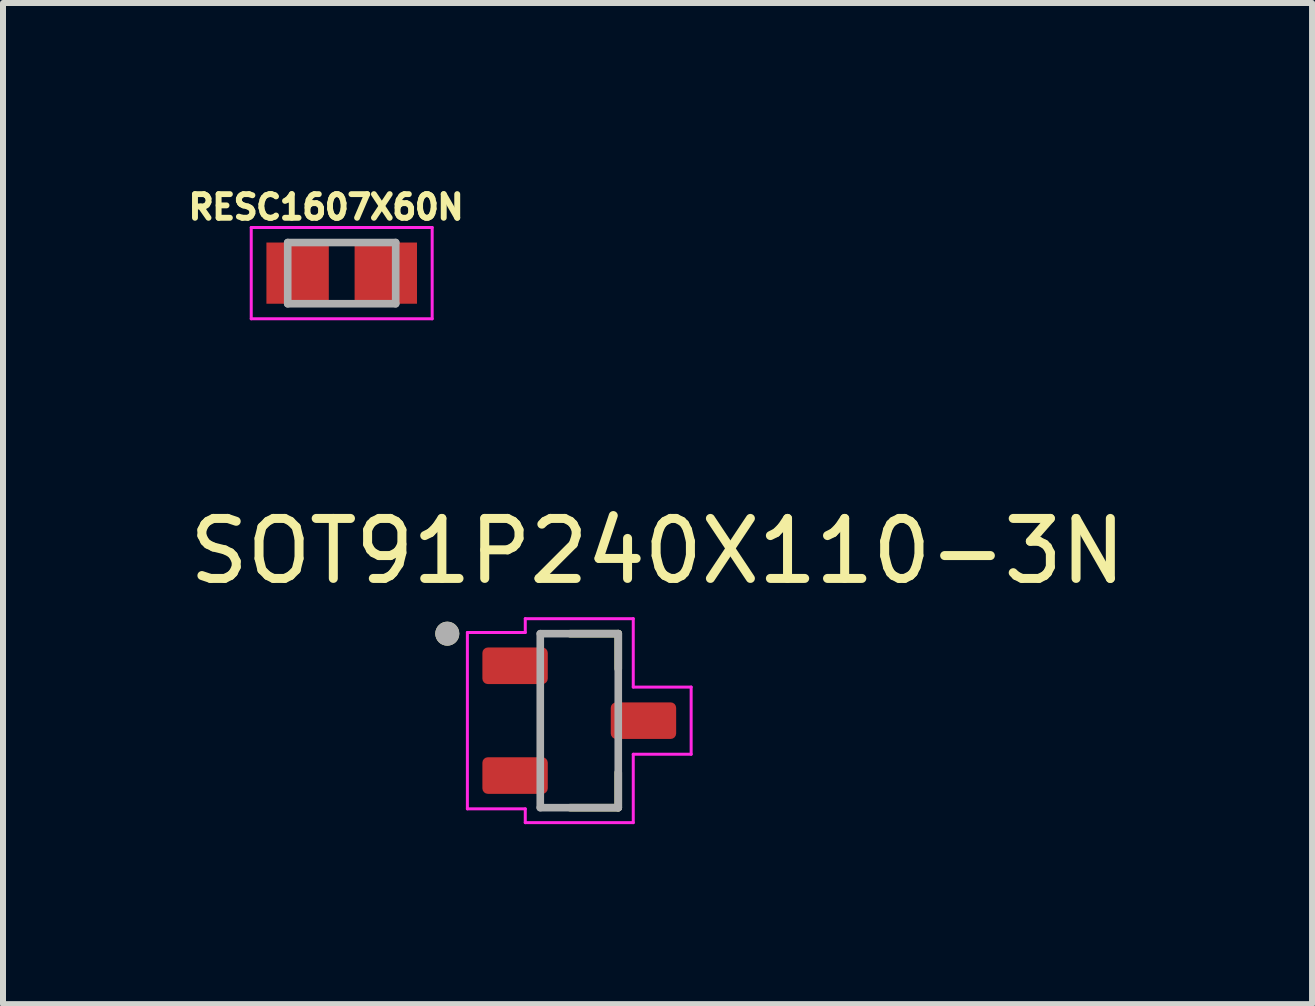
<source format=kicad_pcb>
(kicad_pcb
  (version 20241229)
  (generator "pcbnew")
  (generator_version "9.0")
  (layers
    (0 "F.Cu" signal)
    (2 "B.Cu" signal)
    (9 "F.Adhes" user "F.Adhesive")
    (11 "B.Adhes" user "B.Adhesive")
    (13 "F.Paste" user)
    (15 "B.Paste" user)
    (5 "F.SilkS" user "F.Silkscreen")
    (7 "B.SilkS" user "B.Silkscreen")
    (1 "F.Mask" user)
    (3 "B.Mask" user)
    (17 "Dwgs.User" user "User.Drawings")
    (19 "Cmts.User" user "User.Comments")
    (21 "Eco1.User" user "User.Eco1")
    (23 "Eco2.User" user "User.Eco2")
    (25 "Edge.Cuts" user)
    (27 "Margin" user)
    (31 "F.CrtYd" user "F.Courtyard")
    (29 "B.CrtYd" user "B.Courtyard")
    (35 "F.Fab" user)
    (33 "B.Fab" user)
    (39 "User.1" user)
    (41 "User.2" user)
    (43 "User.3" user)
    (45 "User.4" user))
  (footprint "SOT91P240X110-3N"
    (layer "F.Cu")
    (at 6.606 8.963)
    (property "Reference" "SOT91P240X110-3N" (at 1.305 -2.826 0) (layer "F.SilkS") (effects (font (size 1 1) (thickness 0.15))))
    (attr through_hole)
    (fp_line (start -0.152 -1.45) (end 0.65 -1.45) (stroke (width 0.127) (type solid)) (layer "F.SilkS"))
    (fp_line (start 0.65 -1.45) (end 0.65 -0.864) (stroke (width 0.127) (type solid)) (layer "F.SilkS"))
    (fp_line (start 0.65 0.864) (end 0.65 1.45) (stroke (width 0.127) (type solid)) (layer "F.SilkS"))
    (fp_line (start 0.65 1.45) (end -0.152 1.45) (stroke (width 0.127) (type solid)) (layer "F.SilkS"))
    (fp_circle (center -2.2 -1.45) (end -2.1 -1.45) (stroke (width 0.2) (type solid)) (fill no) (layer "F.SilkS"))
    (fp_line (start -1.865 -1.47) (end -0.9 -1.47) (stroke (width 0.05) (type solid)) (layer "F.CrtYd"))
    (fp_line (start -1.865 1.47) (end -1.865 -1.47) (stroke (width 0.05) (type solid)) (layer "F.CrtYd"))
    (fp_line (start -0.9 -1.7) (end 0.9 -1.7) (stroke (width 0.05) (type solid)) (layer "F.CrtYd"))
    (fp_line (start -0.9 -1.47) (end -0.9 -1.7) (stroke (width 0.05) (type solid)) (layer "F.CrtYd"))
    (fp_line (start -0.9 1.47) (end -1.865 1.47) (stroke (width 0.05) (type solid)) (layer "F.CrtYd"))
    (fp_line (start -0.9 1.7) (end -0.9 1.47) (stroke (width 0.05) (type solid)) (layer "F.CrtYd"))
    (fp_line (start 0.9 -1.7) (end 0.9 -0.56) (stroke (width 0.05) (type solid)) (layer "F.CrtYd"))
    (fp_line (start 0.9 -0.56) (end 1.865 -0.56) (stroke (width 0.05) (type solid)) (layer "F.CrtYd"))
    (fp_line (start 0.9 0.56) (end 0.9 1.7) (stroke (width 0.05) (type solid)) (layer "F.CrtYd"))
    (fp_line (start 0.9 1.7) (end -0.9 1.7) (stroke (width 0.05) (type solid)) (layer "F.CrtYd"))
    (fp_line (start 1.865 -0.56) (end 1.865 0.56) (stroke (width 0.05) (type solid)) (layer "F.CrtYd"))
    (fp_line (start 1.865 0.56) (end 0.9 0.56) (stroke (width 0.05) (type solid)) (layer "F.CrtYd"))
    (fp_line (start -0.65 -1.45) (end 0.65 -1.45) (stroke (width 0.127) (type solid)) (layer "F.Fab"))
    (fp_line (start -0.65 1.45) (end -0.65 -1.45) (stroke (width 0.127) (type solid)) (layer "F.Fab"))
    (fp_line (start 0.65 -1.45) (end 0.65 1.45) (stroke (width 0.127) (type solid)) (layer "F.Fab"))
    (fp_line (start 0.65 1.45) (end -0.65 1.45) (stroke (width 0.127) (type solid)) (layer "F.Fab"))
    (fp_circle (center -2.2 -1.45) (end -2.1 -1.45) (stroke (width 0.2) (type solid)) (fill no) (layer "F.Fab"))
    (pad "1" smd roundrect (at -1.07 -0.915) (size 1.09 0.61) (layers "F.Cu" "F.Mask" "F.Paste") (roundrect_rratio 0.15))
    (pad "2" smd roundrect (at -1.07 0.915) (size 1.09 0.61) (layers "F.Cu" "F.Mask" "F.Paste") (roundrect_rratio 0.15))
    (pad "3" smd roundrect (at 1.07 0) (size 1.09 0.61) (layers "F.Cu" "F.Mask" "F.Paste") (roundrect_rratio 0.15)))
  (footprint "RESC1607X60N"
    (layer "F.Cu")
    (at 2.646 1.503)
    (property "Reference" "RESC1607X60N" (at -0.26 -1.1 0) (layer "F.SilkS") (effects (font (size 0.394 0.394) (thickness 0.15))))
    (attr through_hole)
    (fp_line (start -1.508 -0.761) (end 1.508 -0.761) (stroke (width 0.05) (type solid)) (layer "F.CrtYd"))
    (fp_line (start -1.508 0.761) (end -1.508 -0.761) (stroke (width 0.05) (type solid)) (layer "F.CrtYd"))
    (fp_line (start -1.508 0.761) (end 1.508 0.761) (stroke (width 0.05) (type solid)) (layer "F.CrtYd"))
    (fp_line (start 1.508 0.761) (end 1.508 -0.761) (stroke (width 0.05) (type solid)) (layer "F.CrtYd"))
    (fp_line (start -0.9 0.51) (end -0.9 -0.51) (stroke (width 0.127) (type solid)) (layer "F.Fab"))
    (fp_line (start 0.9 -0.51) (end -0.9 -0.51) (stroke (width 0.127) (type solid)) (layer "F.Fab"))
    (fp_line (start 0.9 0.51) (end -0.9 0.51) (stroke (width 0.127) (type solid)) (layer "F.Fab"))
    (fp_line (start 0.9 0.51) (end 0.9 -0.51) (stroke (width 0.127) (type solid)) (layer "F.Fab"))
    (pad "1" smd rect (at -0.735 0) (size 1.04 1.02) (layers "F.Cu" "F.Mask" "F.Paste"))
    (pad "2" smd rect (at 0.735 0) (size 1.04 1.02) (layers "F.Cu" "F.Mask" "F.Paste")))
  (gr_rect
    (start -3 -3)
    (end 18.821 13.688)
    (stroke (width 0.1) (type default))
    (fill no)
    (layer "Edge.Cuts")))
</source>
